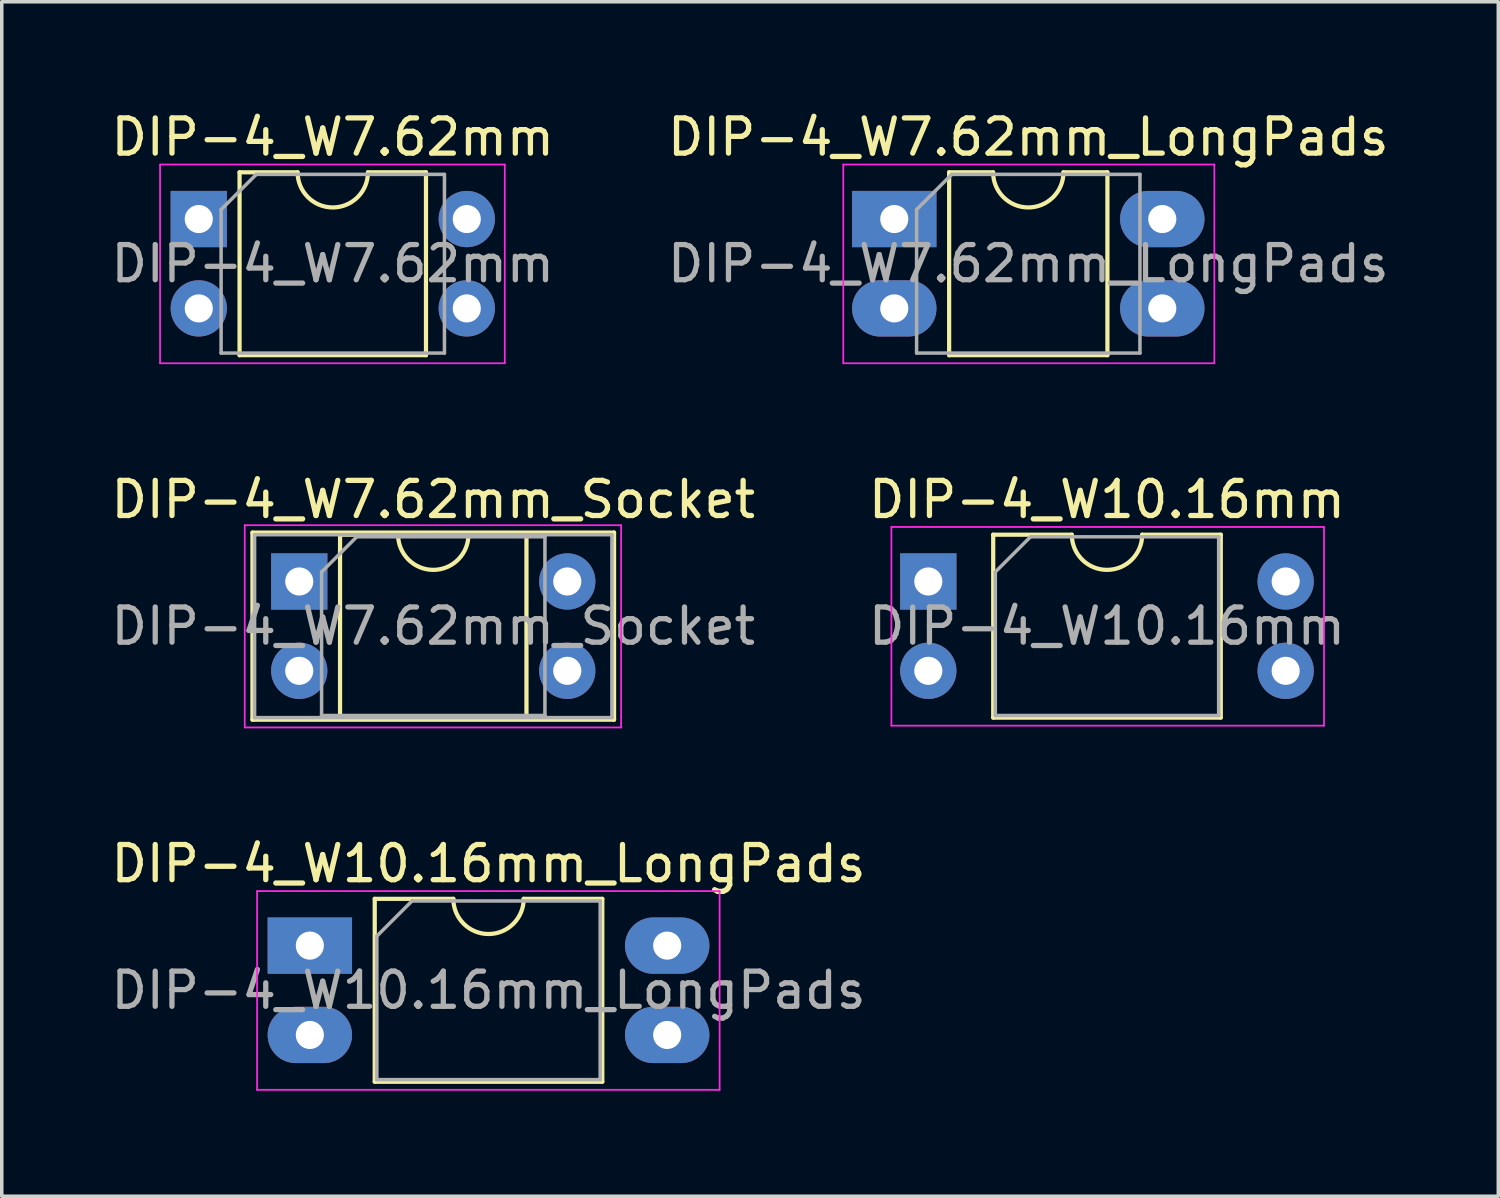
<source format=kicad_pcb>
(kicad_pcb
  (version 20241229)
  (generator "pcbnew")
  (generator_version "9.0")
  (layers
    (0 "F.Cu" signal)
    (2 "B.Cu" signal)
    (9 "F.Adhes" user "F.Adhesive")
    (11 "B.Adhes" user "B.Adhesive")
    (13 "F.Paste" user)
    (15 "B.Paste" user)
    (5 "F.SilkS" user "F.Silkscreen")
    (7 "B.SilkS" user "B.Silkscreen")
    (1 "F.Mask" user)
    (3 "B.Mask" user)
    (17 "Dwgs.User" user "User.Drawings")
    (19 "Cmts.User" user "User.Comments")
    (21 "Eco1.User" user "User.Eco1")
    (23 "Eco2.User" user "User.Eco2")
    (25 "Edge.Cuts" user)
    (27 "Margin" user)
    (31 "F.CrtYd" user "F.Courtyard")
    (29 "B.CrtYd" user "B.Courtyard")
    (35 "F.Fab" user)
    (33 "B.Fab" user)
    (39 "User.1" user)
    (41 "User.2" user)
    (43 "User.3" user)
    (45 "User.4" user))
  (footprint "DIP-4_W7.62mm"
    (layer "F.Cu")
    (at 2.601 3.178)
    (property "Reference" "DIP-4_W7.62mm" (at 3.81 -2.33 0) (layer "F.SilkS") (effects (font (size 1 1) (thickness 0.15))))
    (attr through_hole)
    (fp_line (start 1.16 -1.33) (end 1.16 3.87) (stroke (width 0.12) (type solid)) (layer "F.SilkS"))
    (fp_line (start 1.16 3.87) (end 6.46 3.87) (stroke (width 0.12) (type solid)) (layer "F.SilkS"))
    (fp_line (start 2.81 -1.33) (end 1.16 -1.33) (stroke (width 0.12) (type solid)) (layer "F.SilkS"))
    (fp_line (start 6.46 -1.33) (end 4.81 -1.33) (stroke (width 0.12) (type solid)) (layer "F.SilkS"))
    (fp_line (start 6.46 3.87) (end 6.46 -1.33) (stroke (width 0.12) (type solid)) (layer "F.SilkS"))
    (fp_arc (start 4.81 -1.33) (mid 3.81 -0.33) (end 2.81 -1.33) (stroke (width 0.12) (type solid)) (layer "F.SilkS"))
    (fp_line (start -1.1 -1.55) (end -1.1 4.1) (stroke (width 0.05) (type solid)) (layer "F.CrtYd"))
    (fp_line (start -1.1 4.1) (end 8.7 4.1) (stroke (width 0.05) (type solid)) (layer "F.CrtYd"))
    (fp_line (start 8.7 -1.55) (end -1.1 -1.55) (stroke (width 0.05) (type solid)) (layer "F.CrtYd"))
    (fp_line (start 8.7 4.1) (end 8.7 -1.55) (stroke (width 0.05) (type solid)) (layer "F.CrtYd"))
    (fp_line (start 0.635 -0.27) (end 1.635 -1.27) (stroke (width 0.1) (type solid)) (layer "F.Fab"))
    (fp_line (start 0.635 3.81) (end 0.635 -0.27) (stroke (width 0.1) (type solid)) (layer "F.Fab"))
    (fp_line (start 1.635 -1.27) (end 6.985 -1.27) (stroke (width 0.1) (type solid)) (layer "F.Fab"))
    (fp_line (start 6.985 -1.27) (end 6.985 3.81) (stroke (width 0.1) (type solid)) (layer "F.Fab"))
    (fp_line (start 6.985 3.81) (end 0.635 3.81) (stroke (width 0.1) (type solid)) (layer "F.Fab"))
    (fp_text user "${REFERENCE}" (at 3.81 1.27 0) (layer "F.Fab") (effects (font (size 1 1) (thickness 0.15))))
    (pad "1" thru_hole rect (at 0 0) (size 1.6 1.6) (drill 0.8) (layers "*.Cu" "*.Mask"))
    (pad "2" thru_hole oval (at 0 2.54) (size 1.6 1.6) (drill 0.8) (layers "*.Cu" "*.Mask"))
    (pad "3" thru_hole oval (at 7.62 2.54) (size 1.6 1.6) (drill 0.8) (layers "*.Cu" "*.Mask"))
    (pad "4" thru_hole oval (at 7.62 0) (size 1.6 1.6) (drill 0.8) (layers "*.Cu" "*.Mask")))
  (footprint "DIP-4_W7.62mm_LongPads"
    (layer "F.Cu")
    (at 22.375 3.178)
    (property "Reference" "DIP-4_W7.62mm_LongPads" (at 3.81 -2.33 0) (layer "F.SilkS") (effects (font (size 1 1) (thickness 0.15))))
    (attr through_hole)
    (fp_line (start 1.56 -1.33) (end 1.56 3.87) (stroke (width 0.12) (type solid)) (layer "F.SilkS"))
    (fp_line (start 1.56 3.87) (end 6.06 3.87) (stroke (width 0.12) (type solid)) (layer "F.SilkS"))
    (fp_line (start 2.81 -1.33) (end 1.56 -1.33) (stroke (width 0.12) (type solid)) (layer "F.SilkS"))
    (fp_line (start 6.06 -1.33) (end 4.81 -1.33) (stroke (width 0.12) (type solid)) (layer "F.SilkS"))
    (fp_line (start 6.06 3.87) (end 6.06 -1.33) (stroke (width 0.12) (type solid)) (layer "F.SilkS"))
    (fp_arc (start 4.81 -1.33) (mid 3.81 -0.33) (end 2.81 -1.33) (stroke (width 0.12) (type solid)) (layer "F.SilkS"))
    (fp_line (start -1.45 -1.55) (end -1.45 4.1) (stroke (width 0.05) (type solid)) (layer "F.CrtYd"))
    (fp_line (start -1.45 4.1) (end 9.1 4.1) (stroke (width 0.05) (type solid)) (layer "F.CrtYd"))
    (fp_line (start 9.1 -1.55) (end -1.45 -1.55) (stroke (width 0.05) (type solid)) (layer "F.CrtYd"))
    (fp_line (start 9.1 4.1) (end 9.1 -1.55) (stroke (width 0.05) (type solid)) (layer "F.CrtYd"))
    (fp_line (start 0.635 -0.27) (end 1.635 -1.27) (stroke (width 0.1) (type solid)) (layer "F.Fab"))
    (fp_line (start 0.635 3.81) (end 0.635 -0.27) (stroke (width 0.1) (type solid)) (layer "F.Fab"))
    (fp_line (start 1.635 -1.27) (end 6.985 -1.27) (stroke (width 0.1) (type solid)) (layer "F.Fab"))
    (fp_line (start 6.985 -1.27) (end 6.985 3.81) (stroke (width 0.1) (type solid)) (layer "F.Fab"))
    (fp_line (start 6.985 3.81) (end 0.635 3.81) (stroke (width 0.1) (type solid)) (layer "F.Fab"))
    (fp_text user "${REFERENCE}" (at 3.81 1.27 0) (layer "F.Fab") (effects (font (size 1 1) (thickness 0.15))))
    (pad "1" thru_hole rect (at 0 0) (size 2.4 1.6) (drill 0.8) (layers "*.Cu" "*.Mask"))
    (pad "2" thru_hole oval (at 0 2.54) (size 2.4 1.6) (drill 0.8) (layers "*.Cu" "*.Mask"))
    (pad "3" thru_hole oval (at 7.62 2.54) (size 2.4 1.6) (drill 0.8) (layers "*.Cu" "*.Mask"))
    (pad "4" thru_hole oval (at 7.62 0) (size 2.4 1.6) (drill 0.8) (layers "*.Cu" "*.Mask")))
  (footprint "DIP-4_W7.62mm_Socket"
    (layer "F.Cu")
    (at 5.458 13.482)
    (property "Reference" "DIP-4_W7.62mm_Socket" (at 3.81 -2.33 0) (layer "F.SilkS") (effects (font (size 1 1) (thickness 0.15))))
    (attr through_hole)
    (fp_line (start -1.33 -1.39) (end -1.33 3.93) (stroke (width 0.12) (type solid)) (layer "F.SilkS"))
    (fp_line (start -1.33 3.93) (end 8.95 3.93) (stroke (width 0.12) (type solid)) (layer "F.SilkS"))
    (fp_line (start 1.16 -1.33) (end 1.16 3.87) (stroke (width 0.12) (type solid)) (layer "F.SilkS"))
    (fp_line (start 1.16 3.87) (end 6.46 3.87) (stroke (width 0.12) (type solid)) (layer "F.SilkS"))
    (fp_line (start 2.81 -1.33) (end 1.16 -1.33) (stroke (width 0.12) (type solid)) (layer "F.SilkS"))
    (fp_line (start 6.46 -1.33) (end 4.81 -1.33) (stroke (width 0.12) (type solid)) (layer "F.SilkS"))
    (fp_line (start 6.46 3.87) (end 6.46 -1.33) (stroke (width 0.12) (type solid)) (layer "F.SilkS"))
    (fp_line (start 8.95 -1.39) (end -1.33 -1.39) (stroke (width 0.12) (type solid)) (layer "F.SilkS"))
    (fp_line (start 8.95 3.93) (end 8.95 -1.39) (stroke (width 0.12) (type solid)) (layer "F.SilkS"))
    (fp_arc (start 4.81 -1.33) (mid 3.81 -0.33) (end 2.81 -1.33) (stroke (width 0.12) (type solid)) (layer "F.SilkS"))
    (fp_line (start -1.55 -1.6) (end -1.55 4.15) (stroke (width 0.05) (type solid)) (layer "F.CrtYd"))
    (fp_line (start -1.55 4.15) (end 9.15 4.15) (stroke (width 0.05) (type solid)) (layer "F.CrtYd"))
    (fp_line (start 9.15 -1.6) (end -1.55 -1.6) (stroke (width 0.05) (type solid)) (layer "F.CrtYd"))
    (fp_line (start 9.15 4.15) (end 9.15 -1.6) (stroke (width 0.05) (type solid)) (layer "F.CrtYd"))
    (fp_line (start -1.27 -1.33) (end -1.27 3.87) (stroke (width 0.1) (type solid)) (layer "F.Fab"))
    (fp_line (start -1.27 3.87) (end 8.89 3.87) (stroke (width 0.1) (type solid)) (layer "F.Fab"))
    (fp_line (start 0.635 -0.27) (end 1.635 -1.27) (stroke (width 0.1) (type solid)) (layer "F.Fab"))
    (fp_line (start 0.635 3.81) (end 0.635 -0.27) (stroke (width 0.1) (type solid)) (layer "F.Fab"))
    (fp_line (start 1.635 -1.27) (end 6.985 -1.27) (stroke (width 0.1) (type solid)) (layer "F.Fab"))
    (fp_line (start 6.985 -1.27) (end 6.985 3.81) (stroke (width 0.1) (type solid)) (layer "F.Fab"))
    (fp_line (start 6.985 3.81) (end 0.635 3.81) (stroke (width 0.1) (type solid)) (layer "F.Fab"))
    (fp_line (start 8.89 -1.33) (end -1.27 -1.33) (stroke (width 0.1) (type solid)) (layer "F.Fab"))
    (fp_line (start 8.89 3.87) (end 8.89 -1.33) (stroke (width 0.1) (type solid)) (layer "F.Fab"))
    (fp_text user "${REFERENCE}" (at 3.81 1.27 0) (layer "F.Fab") (effects (font (size 1 1) (thickness 0.15))))
    (pad "1" thru_hole rect (at 0 0) (size 1.6 1.6) (drill 0.8) (layers "*.Cu" "*.Mask"))
    (pad "2" thru_hole oval (at 0 2.54) (size 1.6 1.6) (drill 0.8) (layers "*.Cu" "*.Mask"))
    (pad "3" thru_hole oval (at 7.62 2.54) (size 1.6 1.6) (drill 0.8) (layers "*.Cu" "*.Mask"))
    (pad "4" thru_hole oval (at 7.62 0) (size 1.6 1.6) (drill 0.8) (layers "*.Cu" "*.Mask")))
  (footprint "DIP-4_W10.16mm_LongPads"
    (layer "F.Cu")
    (at 5.759 23.835)
    (property "Reference" "DIP-4_W10.16mm_LongPads" (at 5.08 -2.33 0) (layer "F.SilkS") (effects (font (size 1 1) (thickness 0.15))))
    (attr through_hole)
    (fp_line (start 1.845 -1.33) (end 1.845 3.87) (stroke (width 0.12) (type solid)) (layer "F.SilkS"))
    (fp_line (start 1.845 3.87) (end 8.315 3.87) (stroke (width 0.12) (type solid)) (layer "F.SilkS"))
    (fp_line (start 4.08 -1.33) (end 1.845 -1.33) (stroke (width 0.12) (type solid)) (layer "F.SilkS"))
    (fp_line (start 8.315 -1.33) (end 6.08 -1.33) (stroke (width 0.12) (type solid)) (layer "F.SilkS"))
    (fp_line (start 8.315 3.87) (end 8.315 -1.33) (stroke (width 0.12) (type solid)) (layer "F.SilkS"))
    (fp_arc (start 6.08 -1.33) (mid 5.08 -0.33) (end 4.08 -1.33) (stroke (width 0.12) (type solid)) (layer "F.SilkS"))
    (fp_line (start -1.5 -1.55) (end -1.5 4.1) (stroke (width 0.05) (type solid)) (layer "F.CrtYd"))
    (fp_line (start -1.5 4.1) (end 11.65 4.1) (stroke (width 0.05) (type solid)) (layer "F.CrtYd"))
    (fp_line (start 11.65 -1.55) (end -1.5 -1.55) (stroke (width 0.05) (type solid)) (layer "F.CrtYd"))
    (fp_line (start 11.65 4.1) (end 11.65 -1.55) (stroke (width 0.05) (type solid)) (layer "F.CrtYd"))
    (fp_line (start 1.905 -0.27) (end 2.905 -1.27) (stroke (width 0.1) (type solid)) (layer "F.Fab"))
    (fp_line (start 1.905 3.81) (end 1.905 -0.27) (stroke (width 0.1) (type solid)) (layer "F.Fab"))
    (fp_line (start 2.905 -1.27) (end 8.255 -1.27) (stroke (width 0.1) (type solid)) (layer "F.Fab"))
    (fp_line (start 8.255 -1.27) (end 8.255 3.81) (stroke (width 0.1) (type solid)) (layer "F.Fab"))
    (fp_line (start 8.255 3.81) (end 1.905 3.81) (stroke (width 0.1) (type solid)) (layer "F.Fab"))
    (fp_text user "${REFERENCE}" (at 5.08 1.27 0) (layer "F.Fab") (effects (font (size 1 1) (thickness 0.15))))
    (pad "1" thru_hole rect (at 0 0) (size 2.4 1.6) (drill 0.8) (layers "*.Cu" "*.Mask"))
    (pad "2" thru_hole oval (at 0 2.54) (size 2.4 1.6) (drill 0.8) (layers "*.Cu" "*.Mask"))
    (pad "3" thru_hole oval (at 10.16 2.54) (size 2.4 1.6) (drill 0.8) (layers "*.Cu" "*.Mask"))
    (pad "4" thru_hole oval (at 10.16 0) (size 2.4 1.6) (drill 0.8) (layers "*.Cu" "*.Mask")))
  (footprint "DIP-4_W10.16mm"
    (layer "F.Cu")
    (at 23.343 13.482)
    (property "Reference" "DIP-4_W10.16mm" (at 5.08 -2.33 0) (layer "F.SilkS") (effects (font (size 1 1) (thickness 0.15))))
    (attr through_hole)
    (fp_line (start 1.845 -1.33) (end 1.845 3.87) (stroke (width 0.12) (type solid)) (layer "F.SilkS"))
    (fp_line (start 1.845 3.87) (end 8.315 3.87) (stroke (width 0.12) (type solid)) (layer "F.SilkS"))
    (fp_line (start 4.08 -1.33) (end 1.845 -1.33) (stroke (width 0.12) (type solid)) (layer "F.SilkS"))
    (fp_line (start 8.315 -1.33) (end 6.08 -1.33) (stroke (width 0.12) (type solid)) (layer "F.SilkS"))
    (fp_line (start 8.315 3.87) (end 8.315 -1.33) (stroke (width 0.12) (type solid)) (layer "F.SilkS"))
    (fp_arc (start 6.08 -1.33) (mid 5.08 -0.33) (end 4.08 -1.33) (stroke (width 0.12) (type solid)) (layer "F.SilkS"))
    (fp_line (start -1.05 -1.55) (end -1.05 4.1) (stroke (width 0.05) (type solid)) (layer "F.CrtYd"))
    (fp_line (start -1.05 4.1) (end 11.25 4.1) (stroke (width 0.05) (type solid)) (layer "F.CrtYd"))
    (fp_line (start 11.25 -1.55) (end -1.05 -1.55) (stroke (width 0.05) (type solid)) (layer "F.CrtYd"))
    (fp_line (start 11.25 4.1) (end 11.25 -1.55) (stroke (width 0.05) (type solid)) (layer "F.CrtYd"))
    (fp_line (start 1.905 -0.27) (end 2.905 -1.27) (stroke (width 0.1) (type solid)) (layer "F.Fab"))
    (fp_line (start 1.905 3.81) (end 1.905 -0.27) (stroke (width 0.1) (type solid)) (layer "F.Fab"))
    (fp_line (start 2.905 -1.27) (end 8.255 -1.27) (stroke (width 0.1) (type solid)) (layer "F.Fab"))
    (fp_line (start 8.255 -1.27) (end 8.255 3.81) (stroke (width 0.1) (type solid)) (layer "F.Fab"))
    (fp_line (start 8.255 3.81) (end 1.905 3.81) (stroke (width 0.1) (type solid)) (layer "F.Fab"))
    (fp_text user "${REFERENCE}" (at 5.08 1.27 0) (layer "F.Fab") (effects (font (size 1 1) (thickness 0.15))))
    (pad "1" thru_hole rect (at 0 0) (size 1.6 1.6) (drill 0.8) (layers "*.Cu" "*.Mask"))
    (pad "2" thru_hole oval (at 0 2.54) (size 1.6 1.6) (drill 0.8) (layers "*.Cu" "*.Mask"))
    (pad "3" thru_hole oval (at 10.16 2.54) (size 1.6 1.6) (drill 0.8) (layers "*.Cu" "*.Mask"))
    (pad "4" thru_hole oval (at 10.16 0) (size 1.6 1.6) (drill 0.8) (layers "*.Cu" "*.Mask")))
  (gr_rect
    (start -3 -3)
    (end 39.548 30.96)
    (stroke (width 0.1) (type default))
    (fill no)
    (layer "Edge.Cuts")))
</source>
